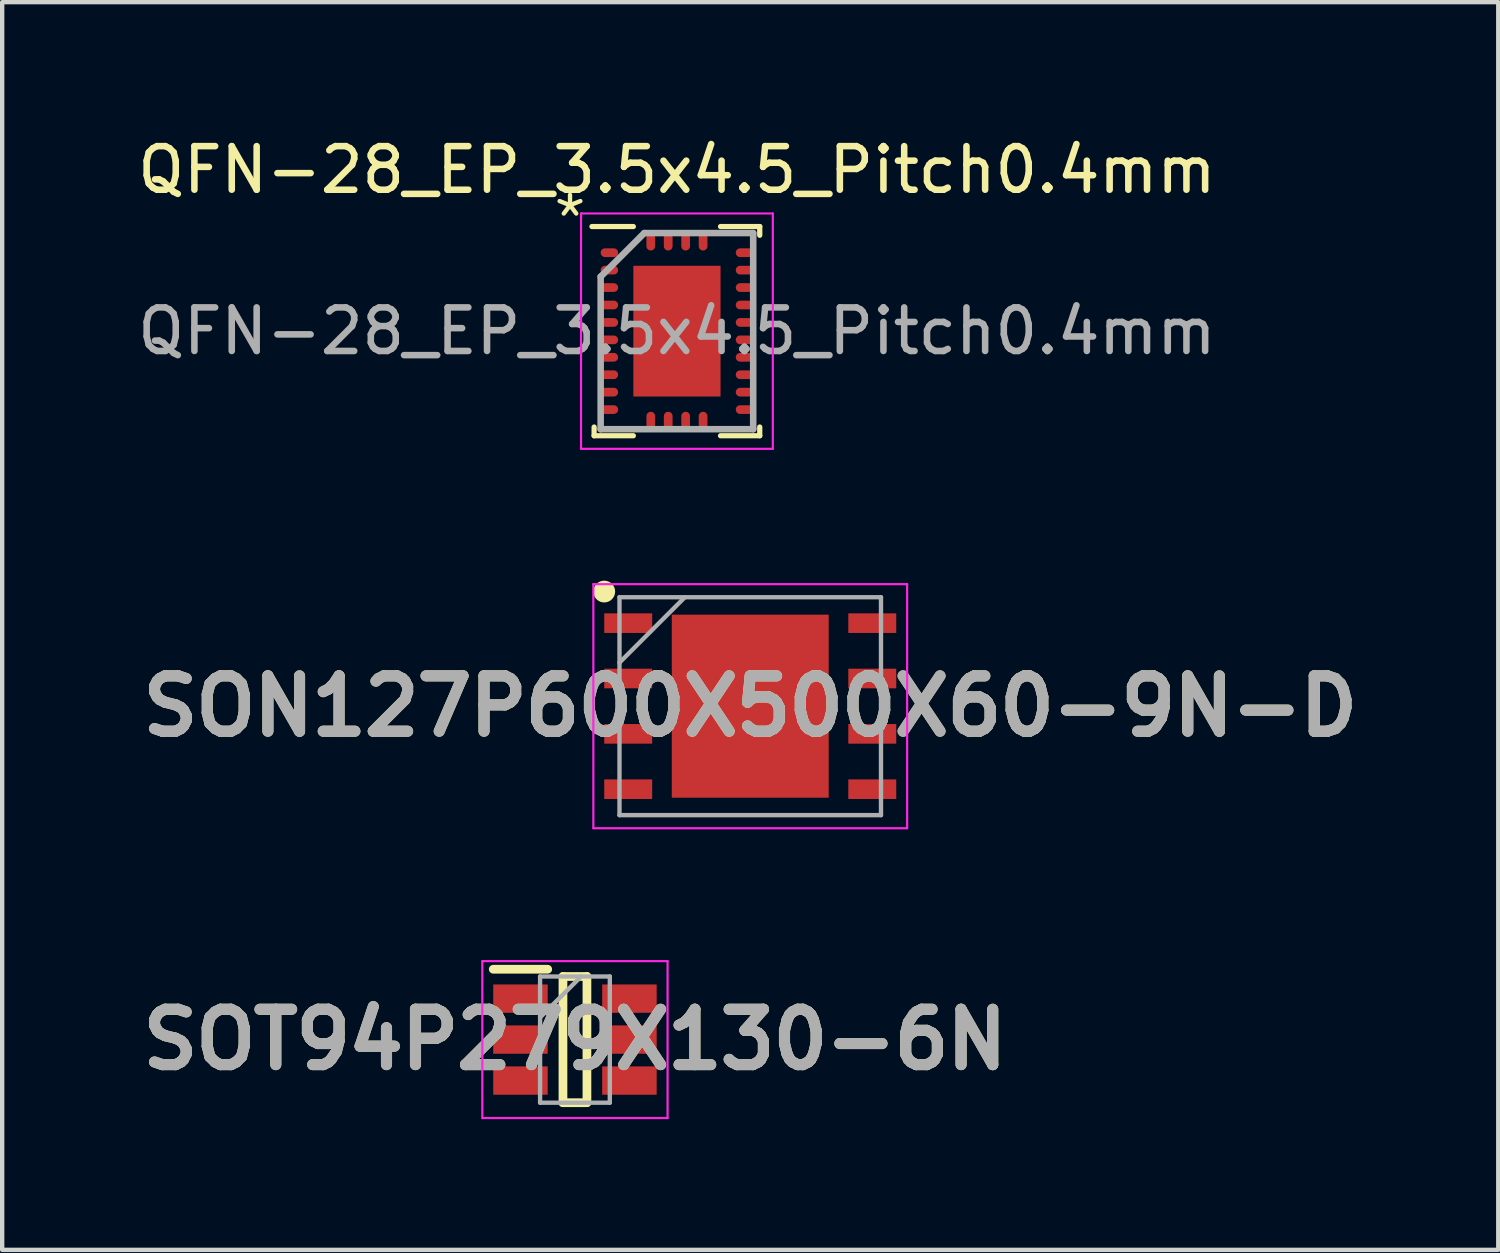
<source format=kicad_pcb>
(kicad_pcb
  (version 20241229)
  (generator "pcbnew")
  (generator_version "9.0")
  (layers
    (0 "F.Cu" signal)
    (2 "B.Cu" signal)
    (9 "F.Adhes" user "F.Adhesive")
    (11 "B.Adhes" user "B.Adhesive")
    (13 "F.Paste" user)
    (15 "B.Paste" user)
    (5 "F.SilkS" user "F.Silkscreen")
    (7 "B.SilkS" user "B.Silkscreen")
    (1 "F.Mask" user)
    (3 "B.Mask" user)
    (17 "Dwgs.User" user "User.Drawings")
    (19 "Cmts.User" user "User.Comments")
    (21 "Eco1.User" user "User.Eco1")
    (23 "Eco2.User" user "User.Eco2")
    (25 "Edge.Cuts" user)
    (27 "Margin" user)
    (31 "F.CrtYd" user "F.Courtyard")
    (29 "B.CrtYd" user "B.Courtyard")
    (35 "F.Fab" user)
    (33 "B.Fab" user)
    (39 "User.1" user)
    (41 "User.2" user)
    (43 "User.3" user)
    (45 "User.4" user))
  (footprint "SON127P600X500X60-9N-D"
    (layer "F.Cu")
    (at 14.164 13.153)
    (property "Reference" "SON127P600X500X60-9N-D" (at 0 0 0) (layer "F.SilkS") (effects (font (size 1.27 1.27) (thickness 0.254))))
    (attr smd)
    (fp_circle (center -3.35 -2.63) (end -3.35 -2.505) (stroke (width 0.25) (type solid)) (fill no) (layer "F.SilkS"))
    (fp_line (start -3.6 -2.8) (end 3.6 -2.8) (stroke (width 0.05) (type solid)) (layer "F.CrtYd"))
    (fp_line (start -3.6 2.8) (end -3.6 -2.8) (stroke (width 0.05) (type solid)) (layer "F.CrtYd"))
    (fp_line (start 3.6 -2.8) (end 3.6 2.8) (stroke (width 0.05) (type solid)) (layer "F.CrtYd"))
    (fp_line (start 3.6 2.8) (end -3.6 2.8) (stroke (width 0.05) (type solid)) (layer "F.CrtYd"))
    (fp_line (start -3 -2.5) (end 3 -2.5) (stroke (width 0.1) (type solid)) (layer "F.Fab"))
    (fp_line (start -3 -1) (end -1.5 -2.5) (stroke (width 0.1) (type solid)) (layer "F.Fab"))
    (fp_line (start -3 2.5) (end -3 -2.5) (stroke (width 0.1) (type solid)) (layer "F.Fab"))
    (fp_line (start 3 -2.5) (end 3 2.5) (stroke (width 0.1) (type solid)) (layer "F.Fab"))
    (fp_line (start 3 2.5) (end -3 2.5) (stroke (width 0.1) (type solid)) (layer "F.Fab"))
    (fp_text user "${REFERENCE}" (at 0 0 0) (layer "F.Fab") (effects (font (size 1.27 1.27) (thickness 0.254))))
    (pad "1" smd rect (at -2.8 -1.905 90) (size 0.45 1.1) (layers "F.Cu" "F.Mask" "F.Paste"))
    (pad "2" smd rect (at -2.8 -0.635 90) (size 0.45 1.1) (layers "F.Cu" "F.Mask" "F.Paste"))
    (pad "3" smd rect (at -2.8 0.635 90) (size 0.45 1.1) (layers "F.Cu" "F.Mask" "F.Paste"))
    (pad "4" smd rect (at -2.8 1.905 90) (size 0.45 1.1) (layers "F.Cu" "F.Mask" "F.Paste"))
    (pad "5" smd rect (at 2.8 1.905 90) (size 0.45 1.1) (layers "F.Cu" "F.Mask" "F.Paste"))
    (pad "6" smd rect (at 2.8 0.635 90) (size 0.45 1.1) (layers "F.Cu" "F.Mask" "F.Paste"))
    (pad "7" smd rect (at 2.8 -0.635 90) (size 0.45 1.1) (layers "F.Cu" "F.Mask" "F.Paste"))
    (pad "8" smd rect (at 2.8 -1.905 90) (size 0.45 1.1) (layers "F.Cu" "F.Mask" "F.Paste"))
    (pad "9" smd rect (at 0 0) (size 3.6 4.2) (layers "F.Cu" "F.Mask" "F.Paste")))
  (footprint "QFN-28_EP_3.5x4.5_Pitch0.4mm"
    (layer "F.Cu")
    (at 12.482 4.548)
    (property "Reference" "QFN-28_EP_3.5x4.5_Pitch0.4mm" (at 0 -3.7 0) (unlocked yes) (layer "F.SilkS") (effects (font (size 1 1) (thickness 0.15))))
    (attr smd)
    (fp_line (start -1.9 2.4) (end -1.9 2.2) (stroke (width 0.12) (type default)) (layer "F.SilkS"))
    (fp_line (start -1 -2.4) (end -1.95 -2.4) (stroke (width 0.12) (type default)) (layer "F.SilkS"))
    (fp_line (start -1 2.4) (end -1.9 2.4) (stroke (width 0.12) (type default)) (layer "F.SilkS"))
    (fp_line (start 1 -2.4) (end 1.9 -2.4) (stroke (width 0.12) (type default)) (layer "F.SilkS"))
    (fp_line (start 1 2.4) (end 1.9 2.4) (stroke (width 0.12) (type default)) (layer "F.SilkS"))
    (fp_line (start 1.9 -2.4) (end 1.9 -2.2) (stroke (width 0.12) (type default)) (layer "F.SilkS"))
    (fp_line (start 1.9 2.4) (end 1.9 2.2) (stroke (width 0.12) (type default)) (layer "F.SilkS"))
    (fp_line (start -2.2 -2.7) (end 2.2 -2.7) (stroke (width 0.05) (type default)) (layer "F.CrtYd"))
    (fp_line (start -2.2 2.7) (end -2.2 -2.7) (stroke (width 0.05) (type default)) (layer "F.CrtYd"))
    (fp_line (start 2.2 -2.7) (end 2.2 2.7) (stroke (width 0.05) (type default)) (layer "F.CrtYd"))
    (fp_line (start 2.2 2.7) (end -2.2 2.7) (stroke (width 0.05) (type default)) (layer "F.CrtYd"))
    (fp_line (start -1.75 -1.25) (end -1.75 2.25) (stroke (width 0.15) (type default)) (layer "F.Fab"))
    (fp_line (start -1.75 2.25) (end 1.75 2.25) (stroke (width 0.15) (type default)) (layer "F.Fab"))
    (fp_line (start -0.75 -2.25) (end -1.75 -1.25) (stroke (width 0.15) (type default)) (layer "F.Fab"))
    (fp_line (start 1.75 -2.25) (end -0.75 -2.25) (stroke (width 0.15) (type default)) (layer "F.Fab"))
    (fp_line (start 1.75 2.25) (end 1.75 -2.25) (stroke (width 0.15) (type default)) (layer "F.Fab"))
    (fp_text user "*" (at -2.9 -2 0) (unlocked yes) (layer "F.SilkS") (effects (font (size 1 1) (thickness 0.1)) (justify left bottom)))
    (fp_text user "${REFERENCE}" (at 0 0 0) (layer "F.Fab") (effects (font (size 1 1) (thickness 0.15))))
    (pad "" smd rect (at -0.75 -1.125) (size 0.000001 0.25) (layers "F.Paste"))
    (pad "" smd rect (at -0.75 -0.375) (size 0.000001 0.25) (layers "F.Paste"))
    (pad "" smd rect (at -0.75 0.375) (size 0.000001 0.25) (layers "F.Paste"))
    (pad "" smd rect (at -0.75 1.125) (size 0.000001 0.25) (layers "F.Paste"))
    (pad "" smd rect (at -0.25 -1.125) (size 0.000001 0.25) (layers "F.Paste"))
    (pad "" smd rect (at -0.25 -0.375) (size 0.000001 0.25) (layers "F.Paste"))
    (pad "" smd rect (at -0.25 0.375) (size 0.000001 0.25) (layers "F.Paste"))
    (pad "" smd rect (at -0.25 1.125) (size 0.000001 0.25) (layers "F.Paste"))
    (pad "" smd rect (at 0.25 -1.125) (size 0.000001 0.25) (layers "F.Paste"))
    (pad "" smd rect (at 0.25 -0.375) (size 0.000001 0.25) (layers "F.Paste"))
    (pad "" smd rect (at 0.25 0.375) (size 0.000001 0.25) (layers "F.Paste"))
    (pad "" smd rect (at 0.25 1.125) (size 0.000001 0.25) (layers "F.Paste"))
    (pad "" smd rect (at 0.75 -1.125) (size 0.000001 0.25) (layers "F.Paste"))
    (pad "" smd rect (at 0.75 -0.375) (size 0.000001 0.25) (layers "F.Paste"))
    (pad "" smd rect (at 0.75 0.375) (size 0.000001 0.25) (layers "F.Paste"))
    (pad "" smd rect (at 0.75 1.125) (size 0.000001 0.25) (layers "F.Paste"))
    (pad "1" smd oval (at -1.55 -1.8 90) (size 0.2 0.4) (layers "F.Cu" "F.Mask" "F.Paste"))
    (pad "2" smd oval (at -1.55 -1.4 90) (size 0.2 0.4) (layers "F.Cu" "F.Mask" "F.Paste"))
    (pad "3" smd oval (at -1.55 -1 90) (size 0.2 0.4) (layers "F.Cu" "F.Mask" "F.Paste"))
    (pad "4" smd oval (at -1.55 -0.6 90) (size 0.2 0.4) (layers "F.Cu" "F.Mask" "F.Paste"))
    (pad "5" smd oval (at -1.55 -0.2 90) (size 0.2 0.4) (layers "F.Cu" "F.Mask" "F.Paste"))
    (pad "6" smd oval (at -1.55 0.2 90) (size 0.2 0.4) (layers "F.Cu" "F.Mask" "F.Paste"))
    (pad "7" smd oval (at -1.55 0.6 90) (size 0.2 0.4) (layers "F.Cu" "F.Mask" "F.Paste"))
    (pad "8" smd oval (at -1.55 1 90) (size 0.2 0.4) (layers "F.Cu" "F.Mask" "F.Paste"))
    (pad "9" smd oval (at -1.55 1.4 90) (size 0.2 0.4) (layers "F.Cu" "F.Mask" "F.Paste"))
    (pad "10" smd oval (at -1.55 1.8 90) (size 0.2 0.4) (layers "F.Cu" "F.Mask" "F.Paste"))
    (pad "11" smd oval (at -0.6 2.05) (size 0.2 0.4) (layers "F.Cu" "F.Mask" "F.Paste"))
    (pad "12" smd oval (at -0.2 2.05) (size 0.2 0.4) (layers "F.Cu" "F.Mask" "F.Paste"))
    (pad "13" smd oval (at 0.2 2.05) (size 0.2 0.4) (layers "F.Cu" "F.Mask" "F.Paste"))
    (pad "14" smd oval (at 0.6 2.05) (size 0.2 0.4) (layers "F.Cu" "F.Mask" "F.Paste"))
    (pad "15" smd oval (at 1.55 1.8 90) (size 0.2 0.4) (layers "F.Cu" "F.Mask" "F.Paste"))
    (pad "16" smd oval (at 1.55 1.4 90) (size 0.2 0.4) (layers "F.Cu" "F.Mask" "F.Paste"))
    (pad "17" smd oval (at 1.55 1 90) (size 0.2 0.4) (layers "F.Cu" "F.Mask" "F.Paste"))
    (pad "18" smd oval (at 1.55 0.6 90) (size 0.2 0.4) (layers "F.Cu" "F.Mask" "F.Paste"))
    (pad "19" smd oval (at 1.55 0.2 90) (size 0.2 0.4) (layers "F.Cu" "F.Mask" "F.Paste"))
    (pad "20" smd oval (at 1.55 -0.2 90) (size 0.2 0.4) (layers "F.Cu" "F.Mask" "F.Paste"))
    (pad "21" smd oval (at 1.55 -0.6 90) (size 0.2 0.4) (layers "F.Cu" "F.Mask" "F.Paste"))
    (pad "22" smd oval (at 1.55 -1 90) (size 0.2 0.4) (layers "F.Cu" "F.Mask" "F.Paste"))
    (pad "23" smd oval (at 1.55 -1.4 90) (size 0.2 0.4) (layers "F.Cu" "F.Mask" "F.Paste"))
    (pad "24" smd oval (at 1.55 -1.8 90) (size 0.2 0.4) (layers "F.Cu" "F.Mask" "F.Paste"))
    (pad "25" smd oval (at 0.6 -2.05) (size 0.2 0.4) (layers "F.Cu" "F.Mask" "F.Paste"))
    (pad "26" smd oval (at 0.2 -2.05) (size 0.2 0.4) (layers "F.Cu" "F.Mask" "F.Paste"))
    (pad "27" smd oval (at -0.2 -2.05) (size 0.2 0.4) (layers "F.Cu" "F.Mask" "F.Paste"))
    (pad "28" smd oval (at -0.6 -2.05) (size 0.2 0.4) (layers "F.Cu" "F.Mask" "F.Paste"))
    (pad "29" smd rect (at 0 0) (size 2 3) (layers "F.Cu" "F.Mask")))
  (footprint "SOT94P279X130-6N"
    (layer "F.Cu")
    (at 10.142 20.803)
    (property "Reference" "SOT94P279X130-6N" (at 0 0 0) (layer "F.SilkS") (effects (font (size 1.27 1.27) (thickness 0.254))))
    (attr smd)
    (fp_line (start -1.875 -1.614) (end -0.625 -1.614) (stroke (width 0.2) (type solid)) (layer "F.SilkS"))
    (fp_line (start -0.275 -1.448) (end 0.275 -1.448) (stroke (width 0.2) (type solid)) (layer "F.SilkS"))
    (fp_line (start -0.275 1.448) (end -0.275 -1.448) (stroke (width 0.2) (type solid)) (layer "F.SilkS"))
    (fp_line (start 0.275 -1.448) (end 0.275 1.448) (stroke (width 0.2) (type solid)) (layer "F.SilkS"))
    (fp_line (start 0.275 1.448) (end -0.275 1.448) (stroke (width 0.2) (type solid)) (layer "F.SilkS"))
    (fp_line (start -2.125 -1.8) (end 2.125 -1.8) (stroke (width 0.05) (type solid)) (layer "F.CrtYd"))
    (fp_line (start -2.125 1.8) (end -2.125 -1.8) (stroke (width 0.05) (type solid)) (layer "F.CrtYd"))
    (fp_line (start 2.125 -1.8) (end 2.125 1.8) (stroke (width 0.05) (type solid)) (layer "F.CrtYd"))
    (fp_line (start 2.125 1.8) (end -2.125 1.8) (stroke (width 0.05) (type solid)) (layer "F.CrtYd"))
    (fp_line (start -0.8 -1.448) (end 0.8 -1.448) (stroke (width 0.1) (type solid)) (layer "F.Fab"))
    (fp_line (start -0.8 -0.508) (end 0.14 -1.448) (stroke (width 0.1) (type solid)) (layer "F.Fab"))
    (fp_line (start -0.8 1.448) (end -0.8 -1.448) (stroke (width 0.1) (type solid)) (layer "F.Fab"))
    (fp_line (start 0.8 -1.448) (end 0.8 1.448) (stroke (width 0.1) (type solid)) (layer "F.Fab"))
    (fp_line (start 0.8 1.448) (end -0.8 1.448) (stroke (width 0.1) (type solid)) (layer "F.Fab"))
    (fp_text user "${REFERENCE}" (at 0 0 0) (layer "F.Fab") (effects (font (size 1.27 1.27) (thickness 0.254))))
    (pad "1" smd rect (at -1.25 -0.94 90) (size 0.65 1.25) (layers "F.Cu" "F.Mask" "F.Paste"))
    (pad "2" smd rect (at -1.25 0 90) (size 0.65 1.25) (layers "F.Cu" "F.Mask" "F.Paste"))
    (pad "3" smd rect (at -1.25 0.94 90) (size 0.65 1.25) (layers "F.Cu" "F.Mask" "F.Paste"))
    (pad "4" smd rect (at 1.25 0.94 90) (size 0.65 1.25) (layers "F.Cu" "F.Mask" "F.Paste"))
    (pad "5" smd rect (at 1.25 0 90) (size 0.65 1.25) (layers "F.Cu" "F.Mask" "F.Paste"))
    (pad "6" smd rect (at 1.25 -0.94 90) (size 0.65 1.25) (layers "F.Cu" "F.Mask" "F.Paste")))
  (gr_rect
    (start -3 -3)
    (end 31.327 25.628)
    (stroke (width 0.1) (type default))
    (fill no)
    (layer "Edge.Cuts")))
</source>
